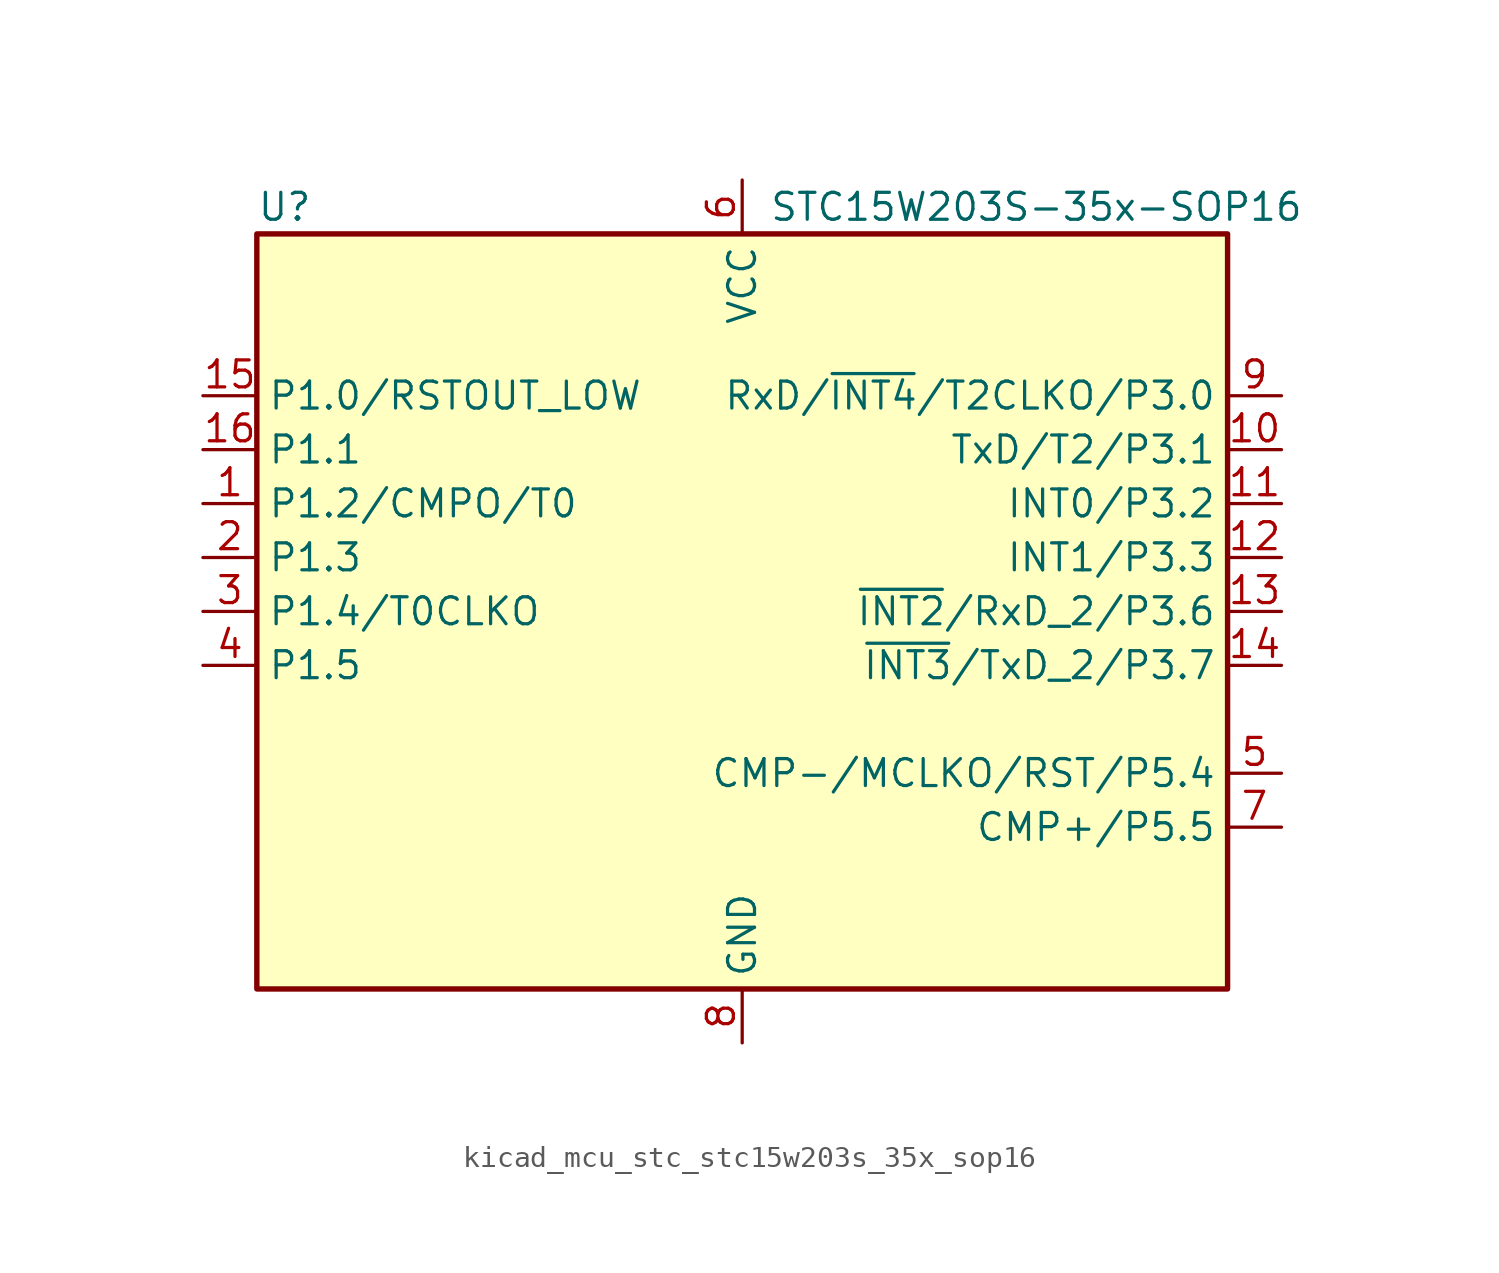
<source format=kicad_sym>
(kicad_symbol_lib
  (version 20220914)
  (generator kicad_symbol_editor)
  (symbol "kicad_mcu_stc_stc15w203s_35x_sop16"
    (property "Reference" "U"
      (at -22.86 19.05 0)
      (effects (font (size 1.27 1.27)) (justify left)))
    (property "Value" "STC15W203S-35x-SOP16"
      (at 1.27 19.05 0)
      (effects (font (size 1.27 1.27)) (justify left)))
    (symbol "kicad_mcu_stc_stc15w203s_35x_sop16_0_1"
      (rectangle (start -22.86 17.78) (end 22.86 -17.78) (stroke (width 0.254) (type default)) (fill (type background))))
    (symbol "kicad_mcu_stc_stc15w203s_35x_sop16_1_1"
      (pin bidirectional line (at -25.4 5.08 0) (length 2.54) (name "P1.2/CMPO/T0" (effects (font (size 1.27 1.27)))) (number "1" (effects (font (size 1.27 1.27)))))
      (pin bidirectional line (at 25.4 7.62 180) (length 2.54) (name "TxD/T2/P3.1" (effects (font (size 1.27 1.27)))) (number "10" (effects (font (size 1.27 1.27)))))
      (pin bidirectional line (at 25.4 5.08 180) (length 2.54) (name "INT0/P3.2" (effects (font (size 1.27 1.27)))) (number "11" (effects (font (size 1.27 1.27)))))
      (pin bidirectional line (at 25.4 2.54 180) (length 2.54) (name "INT1/P3.3" (effects (font (size 1.27 1.27)))) (number "12" (effects (font (size 1.27 1.27)))))
      (pin bidirectional line (at 25.4 0 180) (length 2.54) (name "~{INT2}/RxD_2/P3.6" (effects (font (size 1.27 1.27)))) (number "13" (effects (font (size 1.27 1.27)))))
      (pin bidirectional line (at 25.4 -2.54 180) (length 2.54) (name "~{INT3}/TxD_2/P3.7" (effects (font (size 1.27 1.27)))) (number "14" (effects (font (size 1.27 1.27)))))
      (pin bidirectional line (at -25.4 10.16 0) (length 2.54) (name "P1.0/RSTOUT_LOW" (effects (font (size 1.27 1.27)))) (number "15" (effects (font (size 1.27 1.27)))))
      (pin bidirectional line (at -25.4 7.62 0) (length 2.54) (name "P1.1" (effects (font (size 1.27 1.27)))) (number "16" (effects (font (size 1.27 1.27)))))
      (pin bidirectional line (at -25.4 2.54 0) (length 2.54) (name "P1.3" (effects (font (size 1.27 1.27)))) (number "2" (effects (font (size 1.27 1.27)))))
      (pin bidirectional line (at -25.4 0 0) (length 2.54) (name "P1.4/T0CLKO" (effects (font (size 1.27 1.27)))) (number "3" (effects (font (size 1.27 1.27)))))
      (pin bidirectional line (at -25.4 -2.54 0) (length 2.54) (name "P1.5" (effects (font (size 1.27 1.27)))) (number "4" (effects (font (size 1.27 1.27)))))
      (pin bidirectional line (at 25.4 -7.62 180) (length 2.54) (name "CMP-/MCLKO/RST/P5.4" (effects (font (size 1.27 1.27)))) (number "5" (effects (font (size 1.27 1.27)))))
      (pin power_in line (at 0 20.32 270) (length 2.54) (name "VCC" (effects (font (size 1.27 1.27)))) (number "6" (effects (font (size 1.27 1.27)))))
      (pin bidirectional line (at 25.4 -10.16 180) (length 2.54) (name "CMP+/P5.5" (effects (font (size 1.27 1.27)))) (number "7" (effects (font (size 1.27 1.27)))))
      (pin power_in line (at 0 -20.32 90) (length 2.54) (name "GND" (effects (font (size 1.27 1.27)))) (number "8" (effects (font (size 1.27 1.27)))))
      (pin bidirectional line (at 25.4 10.16 180) (length 2.54) (name "RxD/~{INT4}/T2CLKO/P3.0" (effects (font (size 1.27 1.27)))) (number "9" (effects (font (size 1.27 1.27))))))))
</source>
